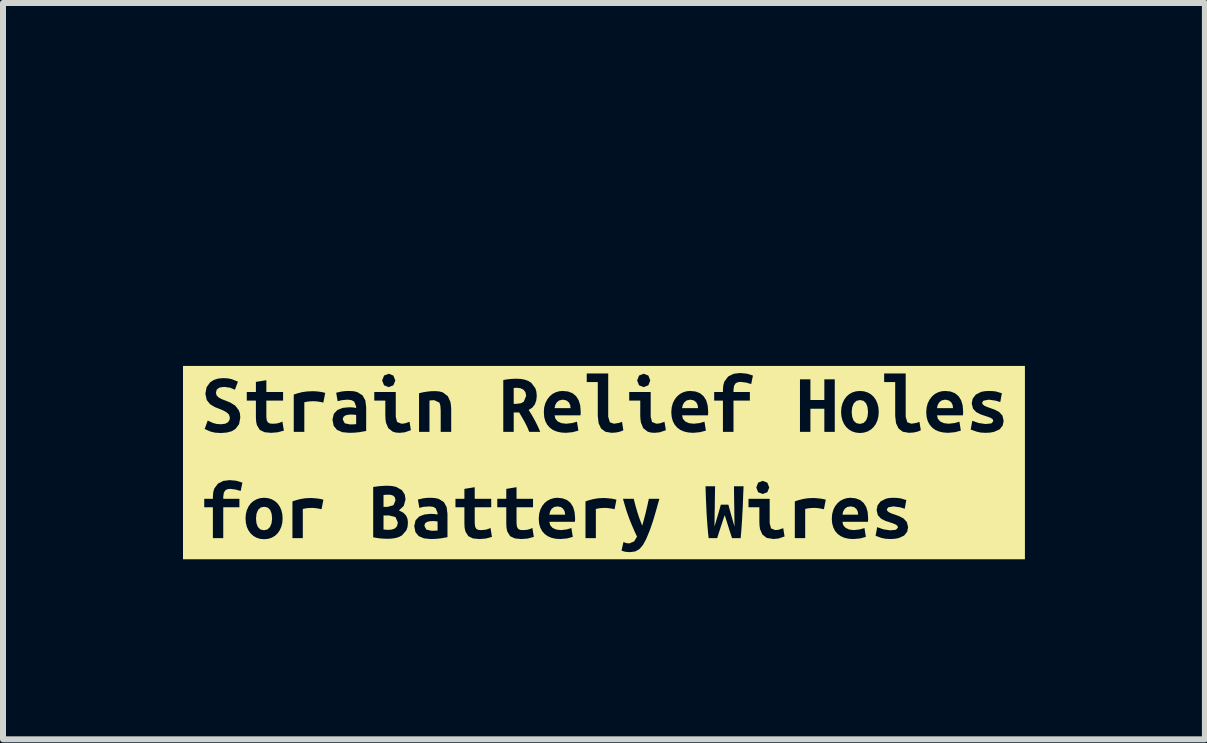
<source format=kicad_pcb>
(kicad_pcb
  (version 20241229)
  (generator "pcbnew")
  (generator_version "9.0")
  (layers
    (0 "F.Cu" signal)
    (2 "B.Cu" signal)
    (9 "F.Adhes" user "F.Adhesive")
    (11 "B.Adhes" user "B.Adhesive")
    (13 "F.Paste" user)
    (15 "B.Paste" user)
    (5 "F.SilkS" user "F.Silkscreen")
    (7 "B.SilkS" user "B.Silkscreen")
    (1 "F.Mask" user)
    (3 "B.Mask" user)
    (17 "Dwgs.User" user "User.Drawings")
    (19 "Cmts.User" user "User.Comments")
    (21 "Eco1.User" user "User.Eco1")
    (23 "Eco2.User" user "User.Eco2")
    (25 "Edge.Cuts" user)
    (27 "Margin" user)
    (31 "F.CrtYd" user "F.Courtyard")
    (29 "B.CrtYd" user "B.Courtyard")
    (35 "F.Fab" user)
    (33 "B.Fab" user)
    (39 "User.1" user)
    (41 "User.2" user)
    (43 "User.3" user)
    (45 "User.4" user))
  (footprint "kibuzzard-66412AF8"
    (layer "F.Cu")
    (at 7.016 4.66)
    (property "Reference" "kibuzzard-66412AF8" (at 0 -4.659 0) (layer "F.SilkS") (effects (font (size 0.001 0.001) (thickness 0.15))))
    (attr board_only exclude_from_pos_files exclude_from_bom)
    (fp_poly (pts (xy -0.647 0.868) (xy -0.654 0.817) (xy -0.677 0.773) (xy -0.716 0.742) (xy -0.774 0.73) (xy -0.832 0.741) (xy -0.873 0.772) (xy -0.898 0.816) (xy -0.91 0.868) (xy -0.647 0.868)) (stroke (width 0) (type solid)) (fill yes) (layer "F.SilkS"))
    (fp_poly (pts (xy -0.556 -0.908) (xy -0.563 -0.96) (xy -0.586 -1.005) (xy -0.626 -1.036) (xy -0.685 -1.049) (xy -0.744 -1.037) (xy -0.785 -1.006) (xy -0.811 -0.961) (xy -0.823 -0.908) (xy -0.556 -0.908)) (stroke (width 0) (type solid)) (fill yes) (layer "F.SilkS"))
    (fp_poly (pts (xy 1.568 -0.908) (xy 1.561 -0.96) (xy 1.539 -1.005) (xy 1.499 -1.036) (xy 1.439 -1.049) (xy 1.381 -1.037) (xy 1.34 -1.006) (xy 1.314 -0.961) (xy 1.302 -0.908) (xy 1.568 -0.908)) (stroke (width 0) (type solid)) (fill yes) (layer "F.SilkS"))
    (fp_poly (pts (xy 4.237 0.868) (xy 4.23 0.817) (xy 4.208 0.773) (xy 4.169 0.742) (xy 4.11 0.73) (xy 4.052 0.741) (xy 4.012 0.772) (xy 3.986 0.816) (xy 3.975 0.868) (xy 4.237 0.868)) (stroke (width 0) (type solid)) (fill yes) (layer "F.SilkS"))
    (fp_poly (pts (xy 5.818 -0.908) (xy 5.811 -0.96) (xy 5.788 -1.005) (xy 5.748 -1.036) (xy 5.689 -1.049) (xy 5.63 -1.037) (xy 5.589 -1.006) (xy 5.563 -0.961) (xy 5.551 -0.908) (xy 5.818 -0.908)) (stroke (width 0) (type solid)) (fill yes) (layer "F.SilkS"))
    (fp_poly (pts (xy -3.674 0.881) (xy -3.674 1.115) (xy -3.634 1.119) (xy -3.592 1.121) (xy -3.535 1.116) (xy -3.485 1.098) (xy -3.449 1.06) (xy -3.435 0.998) (xy -3.475 0.908) (xy -3.582 0.881) (xy -3.674 0.881)) (stroke (width 0) (type solid)) (fill yes) (layer "F.SilkS"))
    (fp_poly (pts (xy -3.607 0.738) (xy -3.508 0.71) (xy -3.475 0.631) (xy -3.484 0.581) (xy -3.511 0.552) (xy -3.55 0.538) (xy -3.596 0.535) (xy -3.636 0.536) (xy -3.674 0.54) (xy -3.674 0.738) (xy -3.607 0.738)) (stroke (width 0) (type solid)) (fill yes) (layer "F.SilkS"))
    (fp_poly (pts (xy -4.232 -0.636) (xy -4.177 -0.637) (xy -4.13 -0.641) (xy -4.13 -0.794) (xy -4.171 -0.799) (xy -4.215 -0.801) (xy -4.267 -0.797) (xy -4.312 -0.785) (xy -4.342 -0.761) (xy -4.354 -0.72) (xy -4.32 -0.655) (xy -4.232 -0.636)) (stroke (width 0) (type solid)) (fill yes) (layer "F.SilkS"))
    (fp_poly (pts (xy -2.873 1.136) (xy -2.819 1.135) (xy -2.773 1.132) (xy -2.773 0.981) (xy -2.813 0.976) (xy -2.856 0.974) (xy -2.908 0.978) (xy -2.952 0.99) (xy -2.982 1.013) (xy -2.993 1.054) (xy -2.96 1.117) (xy -2.873 1.136)) (stroke (width 0) (type solid)) (fill yes) (layer "F.SilkS"))
    (fp_poly (pts (xy -1.297 -1.112) (xy -1.308 -1.172) (xy -1.34 -1.214) (xy -1.389 -1.239) (xy -1.451 -1.247) (xy -1.476 -1.246) (xy -1.504 -1.243) (xy -1.504 -0.979) (xy -1.466 -0.979) (xy -1.389 -0.988) (xy -1.337 -1.014) (xy -1.297 -1.112)) (stroke (width 0) (type solid)) (fill yes) (layer "F.SilkS"))
    (fp_poly (pts (xy -5.799 0.931) (xy -5.792 1.01) (xy -5.768 1.073) (xy -5.727 1.114) (xy -5.667 1.128) (xy -5.608 1.114) (xy -5.566 1.073) (xy -5.54 1.01) (xy -5.531 0.931) (xy -5.539 0.852) (xy -5.563 0.789) (xy -5.604 0.749) (xy -5.664 0.736) (xy -5.723 0.749) (xy -5.765 0.789) (xy -5.791 0.852) (xy -5.799 0.931)) (stroke (width 0) (type solid)) (fill yes) (layer "F.SilkS"))
    (fp_poly (pts (xy 4.129 -0.845) (xy 4.137 -0.764) (xy 4.161 -0.7) (xy 4.203 -0.659) (xy 4.264 -0.645) (xy 4.324 -0.659) (xy 4.367 -0.7) (xy 4.393 -0.764) (xy 4.401 -0.845) (xy 4.393 -0.925) (xy 4.369 -0.988) (xy 4.328 -1.029) (xy 4.267 -1.043) (xy 4.207 -1.029) (xy 4.164 -0.988) (xy 4.138 -0.925) (xy 4.129 -0.845)) (stroke (width 0) (type solid)) (fill yes) (layer "F.SilkS"))
    (fp_poly (pts (xy -6.662 -1.611) (xy -7.016 -1.611) (xy -7.016 1.611) (xy -6.662 1.611) (xy -6.518 1.611) (xy -6.518 1.259) (xy -6.518 0.745) (xy -6.662 0.745) (xy -6.662 0.603) (xy -6.518 0.603) (xy -6.518 0.565) (xy -6.512 0.493) (xy -6.495 0.433) (xy -6.433 0.35) (xy -6.383 0.325) (xy -6.383 -0.493) (xy -6.482 -0.499) (xy -6.558 -0.517) (xy -6.655 -0.56) (xy -6.604 -0.701) (xy -6.513 -0.659) (xy -6.454 -0.644) (xy -6.383 -0.639) (xy -6.311 -0.648) (xy -6.264 -0.674) (xy -6.241 -0.711) (xy -6.235 -0.752) (xy -6.25 -0.801) (xy -6.29 -0.838) (xy -6.344 -0.868) (xy -6.403 -0.893) (xy -6.485 -0.925) (xy -6.563 -0.972) (xy -6.62 -1.042) (xy -6.643 -1.146) (xy -6.623 -1.256) (xy -6.563 -1.339) (xy -6.503 -1.377) (xy -6.429 -1.401) (xy -6.342 -1.408) (xy -6.267 -1.404) (xy -6.201 -1.39) (xy -6.1 -1.349) (xy -6.151 -1.214) (xy -6.23 -1.248) (xy -6.33 -1.262) (xy -6.407 -1.251) (xy -6.453 -1.218) (xy -6.468 -1.162) (xy -6.454 -1.117) (xy -6.418 -1.083) (xy -6.369 -1.057) (xy -6.314 -1.036) (xy -6.228 -1.001) (xy -6.146 -0.95) (xy -6.085 -0.871) (xy -6.067 -0.817) (xy -6.061 -0.751) (xy -6.081 -0.642) (xy -6.141 -0.561) (xy -6.203 -0.523) (xy -6.284 -0.501) (xy -6.383 -0.493) (xy -6.383 0.325) (xy -6.344 0.305) (xy -6.24 0.292) (xy -6.129 0.302) (xy -6.026 0.334) (xy -6.055 0.473) (xy -6.135 0.45) (xy -6.226 0.438) (xy -6.272 0.442) (xy -6.309 0.461) (xy -6.335 0.5) (xy -6.345 0.568) (xy -6.345 0.603) (xy -6.076 0.603) (xy -6.076 0.745) (xy -6.345 0.745) (xy -6.345 1.259) (xy -6.518 1.259) (xy -6.518 1.611) (xy -5.664 1.611) (xy -5.664 1.277) (xy -5.731 1.271) (xy -5.79 1.252) (xy -5.843 1.222) (xy -5.888 1.181) (xy -5.925 1.13) (xy -5.952 1.071) (xy -5.968 1.004) (xy -5.974 0.93) (xy -5.968 0.856) (xy -5.951 0.789) (xy -5.923 0.73) (xy -5.887 0.68) (xy -5.841 0.64) (xy -5.788 0.611) (xy -5.729 0.592) (xy -5.664 0.586) (xy -5.599 0.592) (xy -5.548 0.608) (xy -5.548 -0.496) (xy -5.655 -0.506) (xy -5.735 -0.544) (xy -5.784 -0.624) (xy -5.797 -0.684) (xy -5.801 -0.76) (xy -5.801 -1.033) (xy -5.953 -1.033) (xy -5.953 -1.177) (xy -5.801 -1.177) (xy -5.801 -1.345) (xy -5.627 -1.373) (xy -5.627 -1.177) (xy -5.348 -1.177) (xy -5.348 -1.033) (xy -5.627 -1.033) (xy -5.627 -0.764) (xy -5.62 -0.704) (xy -5.6 -0.669) (xy -5.569 -0.652) (xy -5.528 -0.648) (xy -5.483 -0.649) (xy -5.444 -0.654) (xy -5.404 -0.665) (xy -5.359 -0.683) (xy -5.335 -0.533) (xy -5.439 -0.505) (xy -5.548 -0.496) (xy -5.548 0.608) (xy -5.539 0.611) (xy -5.486 0.64) (xy -5.441 0.68) (xy -5.405 0.73) (xy -5.378 0.789) (xy -5.361 0.856) (xy -5.356 0.93) (xy -5.361 1.004) (xy -5.378 1.071) (xy -5.405 1.13) (xy -5.441 1.181) (xy -5.485 1.222) (xy -5.538 1.252) (xy -5.598 1.271) (xy -5.664 1.277) (xy -5.664 1.611) (xy -5.019 1.611) (xy -5.019 1.259) (xy -5.192 1.259) (xy -5.192 0.646) (xy -5.123 0.624) (xy -5.052 0.606) (xy -4.994 0.597) (xy -4.994 -0.512) (xy -5.17 -0.512) (xy -5.17 -1.134) (xy -5.099 -1.157) (xy -5.027 -1.175) (xy -4.948 -1.186) (xy -4.857 -1.19) (xy -4.816 -1.189) (xy -4.76 -1.184) (xy -4.7 -1.175) (xy -4.646 -1.162) (xy -4.677 -1) (xy -4.717 -1.009) (xy -4.764 -1.017) (xy -4.811 -1.022) (xy -4.849 -1.023) (xy -4.922 -1.019) (xy -4.994 -1.006) (xy -4.994 -0.512) (xy -4.994 0.597) (xy -4.974 0.594) (xy -4.884 0.59) (xy -4.844 0.592) (xy -4.789 0.597) (xy -4.73 0.605) (xy -4.676 0.618) (xy -4.707 0.777) (xy -4.747 0.769) (xy -4.793 0.761) (xy -4.839 0.756) (xy -4.877 0.755) (xy -4.948 0.759) (xy -5.019 0.772) (xy -5.019 1.259) (xy -5.019 1.611) (xy -4.245 1.611) (xy -4.245 -0.496) (xy -4.36 -0.507) (xy -4.449 -0.545) (xy -4.505 -0.613) (xy -4.525 -0.716) (xy -4.502 -0.813) (xy -4.442 -0.877) (xy -4.354 -0.912) (xy -4.25 -0.922) (xy -4.186 -0.92) (xy -4.13 -0.911) (xy -4.13 -0.932) (xy -4.161 -1.015) (xy -4.204 -1.04) (xy -4.269 -1.049) (xy -4.364 -1.041) (xy -4.439 -1.024) (xy -4.463 -1.165) (xy -4.371 -1.185) (xy -4.31 -1.192) (xy -4.247 -1.194) (xy -4.172 -1.19) (xy -4.111 -1.175) (xy -4.024 -1.121) (xy -3.977 -1.036) (xy -3.963 -0.924) (xy -3.963 -0.527) (xy -4.076 -0.507) (xy -4.156 -0.499) (xy -4.245 -0.496) (xy -4.245 1.611) (xy -3.606 1.611) (xy -3.606 1.27) (xy -3.664 1.268) (xy -3.724 1.264) (xy -3.785 1.256) (xy -3.846 1.245) (xy -3.846 0.406) (xy -3.738 0.392) (xy -3.622 0.385) (xy -3.534 0.39) (xy -3.463 0.405) (xy -3.406 0.437) (xy -3.406 -0.496) (xy -3.469 -0.501) (xy -3.52 -0.516) (xy -3.594 -0.573) (xy -3.633 -0.665) (xy -3.641 -0.722) (xy -3.644 -0.788) (xy -3.644 -1.033) (xy -3.828 -1.033) (xy -3.828 -1.177) (xy -3.587 -1.177) (xy -3.587 -1.258) (xy -3.665 -1.288) (xy -3.697 -1.369) (xy -3.665 -1.451) (xy -3.587 -1.481) (xy -3.51 -1.451) (xy -3.477 -1.369) (xy -3.51 -1.288) (xy -3.587 -1.258) (xy -3.587 -1.177) (xy -3.47 -1.177) (xy -3.47 -0.765) (xy -3.448 -0.677) (xy -3.375 -0.648) (xy -3.317 -0.654) (xy -3.24 -0.68) (xy -3.218 -0.54) (xy -3.319 -0.505) (xy -3.406 -0.496) (xy -3.406 0.437) (xy -3.367 0.459) (xy -3.32 0.532) (xy -3.307 0.613) (xy -3.337 0.722) (xy -3.417 0.797) (xy -3.344 0.835) (xy -3.298 0.883) (xy -3.274 0.939) (xy -3.267 0.998) (xy -3.273 1.07) (xy -3.293 1.128) (xy -3.365 1.212) (xy -3.415 1.239) (xy -3.472 1.257) (xy -3.537 1.267) (xy -3.606 1.27) (xy -3.606 1.611) (xy -2.886 1.611) (xy -2.886 1.274) (xy -2.999 1.263) (xy -3.087 1.226) (xy -3.142 1.159) (xy -3.162 1.058) (xy -3.14 0.962) (xy -3.08 0.899) (xy -2.993 0.865) (xy -2.891 0.854) (xy -2.828 0.857) (xy -2.773 0.865) (xy -2.773 0.844) (xy -2.803 0.763) (xy -2.845 0.738) (xy -2.909 0.73) (xy -3.004 0.737) (xy -3.077 0.754) (xy -3.101 0.616) (xy -3.01 0.595) (xy -2.95 0.588) (xy -2.888 0.586) (xy -2.814 0.591) (xy -2.754 0.605) (xy -2.668 0.658) (xy -2.622 0.742) (xy -2.608 0.853) (xy -2.608 1.243) (xy -2.72 1.263) (xy -2.798 1.271) (xy -2.886 1.274) (xy -2.886 1.611) (xy -2.546 1.611) (xy -2.546 -0.512) (xy -2.721 -0.512) (xy -2.721 -0.864) (xy -2.726 -0.945) (xy -2.742 -0.999) (xy -2.828 -1.04) (xy -2.867 -1.039) (xy -2.908 -1.034) (xy -2.908 -0.512) (xy -3.082 -0.512) (xy -3.082 -1.156) (xy -3.03 -1.169) (xy -2.966 -1.18) (xy -2.895 -1.189) (xy -2.817 -1.192) (xy -2.744 -1.186) (xy -2.685 -1.17) (xy -2.602 -1.107) (xy -2.559 -1.011) (xy -2.55 -0.952) (xy -2.546 -0.887) (xy -2.546 -0.512) (xy -2.546 1.611) (xy -2.076 1.611) (xy -2.076 1.274) (xy -2.182 1.264) (xy -2.26 1.227) (xy -2.309 1.148) (xy -2.322 1.089) (xy -2.326 1.015) (xy -2.326 0.745) (xy -2.475 0.745) (xy -2.475 0.603) (xy -2.326 0.603) (xy -2.326 0.438) (xy -2.154 0.41) (xy -2.154 0.603) (xy -1.879 0.603) (xy -1.879 0.745) (xy -2.154 0.745) (xy -2.154 1.01) (xy -2.147 1.069) (xy -2.128 1.104) (xy -2.097 1.121) (xy -2.057 1.125) (xy -2.013 1.123) (xy -1.974 1.119) (xy -1.935 1.108) (xy -1.891 1.09) (xy -1.867 1.238) (xy -1.969 1.266) (xy -2.076 1.274) (xy -2.076 1.611) (xy -1.378 1.611) (xy -1.378 1.274) (xy -1.485 1.264) (xy -1.563 1.227) (xy -1.612 1.148) (xy -1.624 1.089) (xy -1.628 1.015) (xy -1.628 0.745) (xy -1.778 0.745) (xy -1.778 0.603) (xy -1.628 0.603) (xy -1.628 0.438) (xy -1.457 0.41) (xy -1.457 0.603) (xy -1.182 0.603) (xy -1.182 0.745) (xy -1.457 0.745) (xy -1.457 1.01) (xy -1.45 1.069) (xy -1.43 1.104) (xy -1.399 1.121) (xy -1.359 1.125) (xy -1.315 1.123) (xy -1.276 1.119) (xy -1.237 1.108) (xy -1.193 1.09) (xy -1.169 1.238) (xy -1.272 1.266) (xy -1.378 1.274) (xy -1.378 1.611) (xy -0.727 1.611) (xy -0.727 1.274) (xy -0.806 1.269) (xy -0.877 1.253) (xy -0.938 1.226) (xy -0.99 1.188) (xy -1.031 1.141) (xy -1.062 1.083) (xy -1.081 1.015) (xy -1.087 0.936) (xy -1.08 0.855) (xy -1.062 0.79) (xy -1.062 -0.512) (xy -1.245 -0.512) (xy -1.28 -0.595) (xy -1.32 -0.675) (xy -1.365 -0.754) (xy -1.413 -0.835) (xy -1.504 -0.835) (xy -1.504 -0.512) (xy -1.678 -0.512) (xy -1.678 -1.376) (xy -1.622 -1.386) (xy -1.561 -1.393) (xy -1.501 -1.397) (xy -1.451 -1.398) (xy -1.38 -1.394) (xy -1.315 -1.381) (xy -1.259 -1.36) (xy -1.211 -1.329) (xy -1.143 -1.239) (xy -1.126 -1.18) (xy -1.12 -1.111) (xy -1.128 -1.038) (xy -1.151 -0.972) (xy -1.193 -0.917) (xy -1.255 -0.877) (xy -1.204 -0.796) (xy -1.151 -0.702) (xy -1.102 -0.604) (xy -1.062 -0.512) (xy -1.062 0.79) (xy -1.06 0.784) (xy -1.03 0.724) (xy -0.991 0.675) (xy -0.944 0.636) (xy -0.891 0.609) (xy -0.835 0.592) (xy -0.777 0.586) (xy -0.688 0.596) (xy -0.637 0.616) (xy -0.637 -0.496) (xy -0.718 -0.502) (xy -0.789 -0.518) (xy -0.852 -0.545) (xy -0.904 -0.583) (xy -0.946 -0.632) (xy -0.977 -0.69) (xy -0.996 -0.759) (xy -1.002 -0.839) (xy -0.996 -0.921) (xy -0.976 -0.993) (xy -0.944 -1.054) (xy -0.905 -1.104) (xy -0.858 -1.144) (xy -0.804 -1.172) (xy -0.747 -1.189) (xy -0.688 -1.194) (xy -0.598 -1.185) (xy -0.523 -1.156) (xy -0.464 -1.107) (xy -0.422 -1.04) (xy -0.396 -0.956) (xy -0.388 -0.853) (xy -0.388 -0.818) (xy -0.391 -0.788) (xy -0.823 -0.788) (xy -0.809 -0.73) (xy -0.769 -0.685) (xy -0.707 -0.657) (xy -0.63 -0.648) (xy -0.53 -0.659) (xy -0.45 -0.682) (xy -0.426 -0.533) (xy -0.522 -0.507) (xy -0.637 -0.496) (xy -0.637 0.616) (xy -0.615 0.624) (xy -0.557 0.672) (xy -0.515 0.738) (xy -0.49 0.822) (xy -0.481 0.923) (xy -0.482 0.957) (xy -0.484 0.987) (xy -0.91 0.987) (xy -0.896 1.044) (xy -0.857 1.088) (xy -0.796 1.116) (xy -0.72 1.125) (xy -0.621 1.114) (xy -0.543 1.091) (xy -0.519 1.238) (xy -0.614 1.264) (xy -0.727 1.274) (xy -0.727 1.611) (xy -0.135 1.611) (xy -0.135 1.259) (xy -0.308 1.259) (xy -0.308 0.646) (xy -0.239 0.624) (xy -0.168 0.606) (xy -0.09 0.594) (xy 0.000258 0.59) (xy 0.04 0.592) (xy 0.095 0.597) (xy 0.128 0.601) (xy 0.128 -0.496) (xy 0.024 -0.514) (xy -0.048 -0.568) (xy -0.089 -0.656) (xy -0.103 -0.777) (xy -0.103 -1.342) (xy -0.287 -1.342) (xy -0.287 -1.486) (xy 0.071 -1.486) (xy 0.071 -0.764) (xy 0.098 -0.672) (xy 0.166 -0.648) (xy 0.254 -0.662) (xy 0.301 -0.68) (xy 0.323 -0.54) (xy 0.304 -0.53) (xy 0.265 -0.515) (xy 0.206 -0.502) (xy 0.128 -0.496) (xy 0.128 0.601) (xy 0.154 0.605) (xy 0.208 0.618) (xy 0.177 0.777) (xy 0.138 0.769) (xy 0.091 0.761) (xy 0.045 0.756) (xy 0.007 0.755) (xy -0.064 0.759) (xy -0.135 0.772) (xy -0.135 1.259) (xy -0.135 1.611) (xy 0.431 1.611) (xy 0.431 1.493) (xy 0.353 1.486) (xy 0.293 1.468) (xy 0.325 1.324) (xy 0.375 1.342) (xy 0.422 1.347) (xy 0.503 1.313) (xy 0.551 1.234) (xy 0.511 1.148) (xy 0.47 1.054) (xy 0.429 0.953) (xy 0.399 0.871) (xy 0.37 0.786) (xy 0.343 0.696) (xy 0.317 0.603) (xy 0.496 0.603) (xy 0.524 0.713) (xy 0.541 0.772) (xy 0.558 0.83) (xy 0.577 0.889) (xy 0.597 0.946) (xy 0.638 1.051) (xy 0.667 0.946) (xy 0.682 0.889) (xy 0.697 0.831) (xy 0.71 0.773) (xy 0.724 0.715) (xy 0.748 0.603) (xy 0.843 0.603) (xy 0.843 -0.496) (xy 0.781 -0.501) (xy 0.729 -0.516) (xy 0.655 -0.573) (xy 0.617 -0.665) (xy 0.608 -0.722) (xy 0.605 -0.788) (xy 0.605 -1.033) (xy 0.421 -1.033) (xy 0.421 -1.177) (xy 0.662 -1.177) (xy 0.662 -1.258) (xy 0.585 -1.288) (xy 0.553 -1.369) (xy 0.585 -1.451) (xy 0.662 -1.481) (xy 0.74 -1.451) (xy 0.772 -1.369) (xy 0.74 -1.288) (xy 0.662 -1.258) (xy 0.662 -1.177) (xy 0.779 -1.177) (xy 0.779 -0.765) (xy 0.801 -0.677) (xy 0.874 -0.648) (xy 0.932 -0.654) (xy 1.009 -0.68) (xy 1.032 -0.54) (xy 0.93 -0.505) (xy 0.843 -0.496) (xy 0.843 0.603) (xy 0.924 0.603) (xy 0.898 0.694) (xy 0.873 0.784) (xy 0.848 0.871) (xy 0.822 0.957) (xy 0.795 1.04) (xy 0.766 1.122) (xy 0.734 1.202) (xy 0.701 1.28) (xy 0.648 1.376) (xy 0.591 1.442) (xy 0.521 1.481) (xy 0.431 1.493) (xy 0.431 1.611) (xy 1.488 1.611) (xy 1.488 -0.496) (xy 1.407 -0.502) (xy 1.335 -0.518) (xy 1.273 -0.545) (xy 1.221 -0.583) (xy 1.179 -0.632) (xy 1.148 -0.69) (xy 1.129 -0.759) (xy 1.122 -0.839) (xy 1.129 -0.921) (xy 1.149 -0.993) (xy 1.18 -1.054) (xy 1.22 -1.104) (xy 1.267 -1.144) (xy 1.32 -1.172) (xy 1.378 -1.189) (xy 1.437 -1.194) (xy 1.527 -1.185) (xy 1.602 -1.156) (xy 1.66 -1.107) (xy 1.703 -1.04) (xy 1.728 -0.956) (xy 1.737 -0.853) (xy 1.736 -0.818) (xy 1.734 -0.788) (xy 1.302 -0.788) (xy 1.316 -0.73) (xy 1.356 -0.685) (xy 1.418 -0.657) (xy 1.495 -0.648) (xy 1.595 -0.659) (xy 1.675 -0.682) (xy 1.699 -0.533) (xy 1.602 -0.507) (xy 1.488 -0.496) (xy 1.488 1.611) (xy 2.278 1.611) (xy 2.278 1.259) (xy 2.135 1.259) (xy 2.105 1.168) (xy 2.074 1.07) (xy 2.043 0.971) (xy 2.013 0.876) (xy 1.981 0.968) (xy 1.948 1.068) (xy 1.916 1.167) (xy 1.887 1.259) (xy 1.745 1.259) (xy 1.734 1.16) (xy 1.725 1.054) (xy 1.717 0.946) (xy 1.71 0.835) (xy 1.705 0.724) (xy 1.7 0.612) (xy 1.696 0.502) (xy 1.693 0.395) (xy 1.852 0.395) (xy 1.851 0.479) (xy 1.849 0.565) (xy 1.848 0.653) (xy 1.847 0.74) (xy 1.845 0.827) (xy 1.844 0.911) (xy 1.843 0.991) (xy 1.842 1.066) (xy 1.871 0.969) (xy 1.902 0.864) (xy 1.929 0.769) (xy 1.948 0.701) (xy 1.983 0.701) (xy 1.983 -0.512) (xy 1.983 -1.033) (xy 1.837 -1.033) (xy 1.837 -1.177) (xy 1.983 -1.177) (xy 1.983 -1.216) (xy 1.989 -1.289) (xy 2.007 -1.35) (xy 2.07 -1.435) (xy 2.16 -1.48) (xy 2.265 -1.493) (xy 2.379 -1.483) (xy 2.483 -1.451) (xy 2.454 -1.309) (xy 2.372 -1.333) (xy 2.279 -1.345) (xy 2.233 -1.34) (xy 2.195 -1.322) (xy 2.169 -1.282) (xy 2.159 -1.213) (xy 2.159 -1.177) (xy 2.432 -1.177) (xy 2.432 -1.033) (xy 2.159 -1.033) (xy 2.159 -0.512) (xy 1.983 -0.512) (xy 1.983 0.701) (xy 2.074 0.701) (xy 2.091 0.766) (xy 2.115 0.853) (xy 2.144 0.955) (xy 2.176 1.066) (xy 2.175 0.991) (xy 2.174 0.911) (xy 2.173 0.827) (xy 2.172 0.741) (xy 2.17 0.654) (xy 2.169 0.566) (xy 2.168 0.479) (xy 2.167 0.395) (xy 2.327 0.395) (xy 2.322 0.503) (xy 2.318 0.613) (xy 2.314 0.725) (xy 2.308 0.837) (xy 2.302 0.947) (xy 2.295 1.055) (xy 2.287 1.16) (xy 2.278 1.259) (xy 2.278 1.611) (xy 2.825 1.611) (xy 2.825 1.274) (xy 2.712 1.255) (xy 2.64 1.198) (xy 2.601 1.108) (xy 2.593 1.051) (xy 2.59 0.987) (xy 2.59 0.745) (xy 2.409 0.745) (xy 2.409 0.603) (xy 2.646 0.603) (xy 2.646 0.523) (xy 2.57 0.494) (xy 2.539 0.415) (xy 2.57 0.334) (xy 2.646 0.304) (xy 2.723 0.334) (xy 2.755 0.415) (xy 2.723 0.494) (xy 2.646 0.523) (xy 2.646 0.603) (xy 2.762 0.603) (xy 2.762 1.009) (xy 2.784 1.096) (xy 2.855 1.125) (xy 2.913 1.119) (xy 2.988 1.093) (xy 3.01 1.231) (xy 2.911 1.265) (xy 2.825 1.274) (xy 2.825 1.611) (xy 3.354 1.611) (xy 3.354 1.259) (xy 3.181 1.259) (xy 3.181 0.646) (xy 3.25 0.624) (xy 3.321 0.606) (xy 3.399 0.594) (xy 3.489 0.59) (xy 3.529 0.592) (xy 3.584 0.597) (xy 3.643 0.605) (xy 3.697 0.618) (xy 3.666 0.777) (xy 3.626 0.769) (xy 3.58 0.761) (xy 3.534 0.756) (xy 3.496 0.755) (xy 3.425 0.759) (xy 3.354 0.772) (xy 3.354 1.259) (xy 3.354 1.611) (xy 4.157 1.611) (xy 4.157 1.274) (xy 4.078 1.269) (xy 4.007 1.253) (xy 3.946 1.226) (xy 3.894 1.188) (xy 3.853 1.141) (xy 3.823 1.083) (xy 3.804 1.015) (xy 3.797 0.936) (xy 3.804 0.855) (xy 3.824 0.784) (xy 3.847 0.738) (xy 3.847 -0.512) (xy 3.673 -0.512) (xy 3.673 -0.898) (xy 3.441 -0.898) (xy 3.441 -0.512) (xy 3.267 -0.512) (xy 3.267 -1.388) (xy 3.441 -1.388) (xy 3.441 -1.043) (xy 3.673 -1.043) (xy 3.673 -1.388) (xy 3.847 -1.388) (xy 3.847 -0.512) (xy 3.847 0.738) (xy 3.855 0.724) (xy 3.894 0.675) (xy 3.94 0.636) (xy 3.993 0.609) (xy 4.049 0.592) (xy 4.107 0.586) (xy 4.196 0.596) (xy 4.267 0.623) (xy 4.267 -0.493) (xy 4.199 -0.5) (xy 4.138 -0.519) (xy 4.085 -0.55) (xy 4.039 -0.591) (xy 4.002 -0.642) (xy 3.975 -0.702) (xy 3.958 -0.77) (xy 3.952 -0.846) (xy 3.958 -0.921) (xy 3.976 -0.988) (xy 4.004 -1.048) (xy 4.041 -1.099) (xy 4.087 -1.14) (xy 4.141 -1.17) (xy 4.201 -1.188) (xy 4.267 -1.194) (xy 4.333 -1.188) (xy 4.393 -1.17) (xy 4.447 -1.14) (xy 4.493 -1.099) (xy 4.53 -1.048) (xy 4.557 -0.988) (xy 4.574 -0.921) (xy 4.58 -0.846) (xy 4.574 -0.77) (xy 4.557 -0.702) (xy 4.53 -0.642) (xy 4.493 -0.591) (xy 4.448 -0.55) (xy 4.395 -0.519) (xy 4.334 -0.5) (xy 4.267 -0.493) (xy 4.267 0.623) (xy 4.27 0.624) (xy 4.328 0.672) (xy 4.37 0.738) (xy 4.395 0.822) (xy 4.403 0.923) (xy 4.402 0.957) (xy 4.4 0.987) (xy 3.975 0.987) (xy 3.988 1.044) (xy 4.028 1.088) (xy 4.088 1.116) (xy 4.164 1.125) (xy 4.263 1.114) (xy 4.342 1.091) (xy 4.365 1.238) (xy 4.27 1.264) (xy 4.157 1.274) (xy 4.157 1.611) (xy 4.769 1.611) (xy 4.769 1.274) (xy 4.69 1.269) (xy 4.624 1.255) (xy 4.527 1.22) (xy 4.554 1.076) (xy 4.658 1.112) (xy 4.77 1.129) (xy 4.866 1.12) (xy 4.9 1.083) (xy 4.889 1.052) (xy 4.86 1.031) (xy 4.817 1.013) (xy 4.766 0.996) (xy 4.689 0.971) (xy 4.618 0.934) (xy 4.565 0.877) (xy 4.544 0.791) (xy 4.56 0.713) (xy 4.61 0.647) (xy 4.698 0.602) (xy 4.756 0.59) (xy 4.824 0.586) (xy 4.886 0.589) (xy 4.944 0.596) (xy 5.039 0.624) (xy 5.013 0.769) (xy 4.939 0.746) (xy 4.826 0.73) (xy 4.737 0.746) (xy 4.714 0.78) (xy 4.725 0.807) (xy 4.753 0.829) (xy 4.793 0.848) (xy 4.843 0.865) (xy 4.921 0.893) (xy 4.994 0.932) (xy 5.048 0.99) (xy 5.069 1.077) (xy 5.053 1.154) (xy 5.002 1.217) (xy 4.91 1.259) (xy 4.846 1.27) (xy 4.769 1.274) (xy 4.769 1.611) (xy 5.085 1.611) (xy 5.085 -0.496) (xy 4.981 -0.514) (xy 4.91 -0.568) (xy 4.868 -0.656) (xy 4.854 -0.777) (xy 4.854 -1.342) (xy 4.67 -1.342) (xy 4.67 -1.486) (xy 5.029 -1.486) (xy 5.029 -0.764) (xy 5.056 -0.672) (xy 5.124 -0.648) (xy 5.211 -0.662) (xy 5.258 -0.68) (xy 5.281 -0.54) (xy 5.262 -0.53) (xy 5.223 -0.515) (xy 5.164 -0.502) (xy 5.085 -0.496) (xy 5.085 1.611) (xy 5.737 1.611) (xy 5.737 -0.496) (xy 5.656 -0.502) (xy 5.585 -0.518) (xy 5.522 -0.545) (xy 5.47 -0.583) (xy 5.428 -0.632) (xy 5.397 -0.69) (xy 5.378 -0.759) (xy 5.371 -0.839) (xy 5.378 -0.921) (xy 5.398 -0.993) (xy 5.43 -1.054) (xy 5.469 -1.104) (xy 5.516 -1.144) (xy 5.57 -1.172) (xy 5.627 -1.189) (xy 5.686 -1.194) (xy 5.776 -1.185) (xy 5.851 -1.156) (xy 5.91 -1.107) (xy 5.952 -1.04) (xy 5.978 -0.956) (xy 5.986 -0.853) (xy 5.986 -0.818) (xy 5.983 -0.788) (xy 5.551 -0.788) (xy 5.565 -0.73) (xy 5.605 -0.685) (xy 5.667 -0.657) (xy 5.744 -0.648) (xy 5.844 -0.659) (xy 5.924 -0.682) (xy 5.948 -0.533) (xy 5.852 -0.507) (xy 5.737 -0.496) (xy 5.737 1.611) (xy 6.357 1.611) (xy 6.357 -0.496) (xy 6.277 -0.501) (xy 6.21 -0.516) (xy 6.112 -0.551) (xy 6.139 -0.697) (xy 6.245 -0.66) (xy 6.359 -0.643) (xy 6.456 -0.653) (xy 6.49 -0.69) (xy 6.48 -0.721) (xy 6.45 -0.743) (xy 6.406 -0.761) (xy 6.354 -0.778) (xy 6.277 -0.804) (xy 6.204 -0.842) (xy 6.151 -0.899) (xy 6.129 -0.986) (xy 6.146 -1.066) (xy 6.197 -1.133) (xy 6.285 -1.178) (xy 6.344 -1.19) (xy 6.414 -1.194) (xy 6.477 -1.192) (xy 6.535 -1.185) (xy 6.632 -1.156) (xy 6.605 -1.009) (xy 6.53 -1.032) (xy 6.415 -1.049) (xy 6.325 -1.032) (xy 6.302 -0.998) (xy 6.313 -0.97) (xy 6.341 -0.948) (xy 6.382 -0.929) (xy 6.432 -0.911) (xy 6.512 -0.883) (xy 6.586 -0.844) (xy 6.641 -0.784) (xy 6.662 -0.696) (xy 6.646 -0.618) (xy 6.595 -0.554) (xy 6.5 -0.512) (xy 6.436 -0.5) (xy 6.357 -0.496) (xy 6.357 1.611) (xy 6.662 1.611) (xy 7.016 1.611) (xy 7.016 -1.611) (xy 6.662 -1.611) (xy -6.662 -1.611)) (stroke (width 0) (type solid)) (fill yes) (layer "F.SilkS")))
  (gr_rect
    (start -3 -3)
    (end 17.032 9.272)
    (stroke (width 0.1) (type default))
    (fill no)
    (layer "Edge.Cuts")))
</source>
